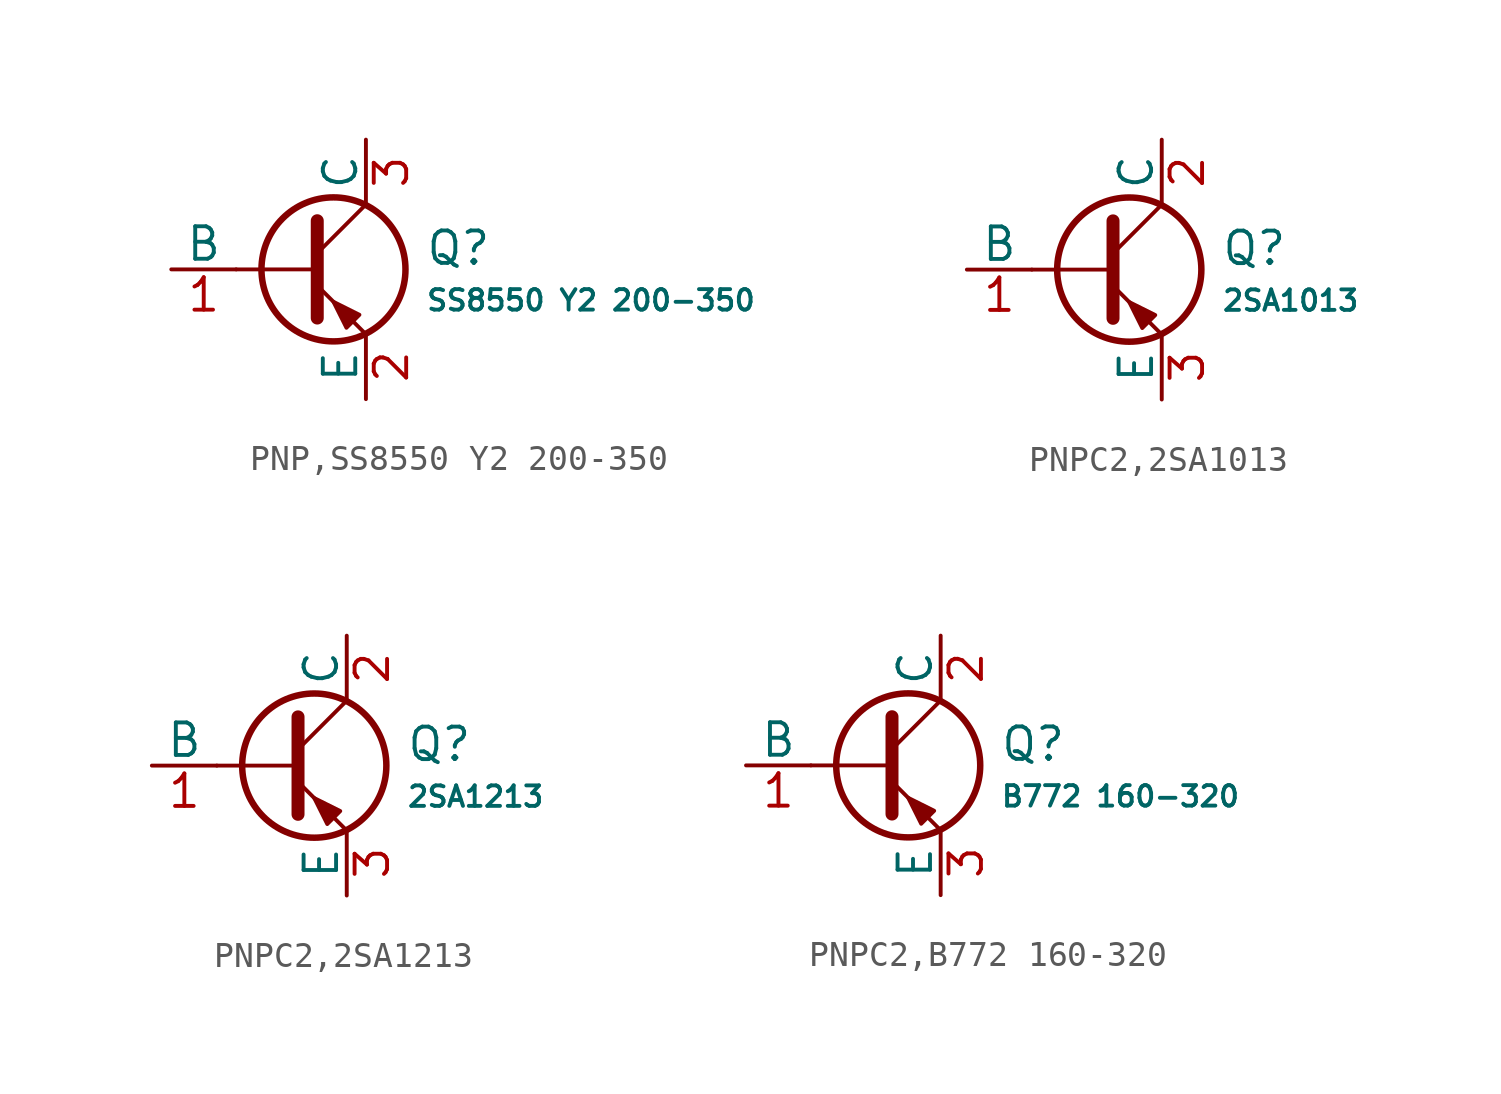
<source format=kicad_sym>
(kicad_symbol_lib
  (version 20231120)
  (generator "CDFER")
  (generator_version "8.0")
  (symbol "PNP,SS8550 Y2 200-350"
    (pin_names
      (offset 0))
    (property "Reference" "Q"
      (at 4.851 0.834 0)
      (effects (font (size 1.27 1.27)) (justify left)))
    (property "Value" "SS8550 Y2 200-350"
      (at 4.851 -1.212 0)
      (effects (font (size 0.8 0.8)) (justify left)))
    (symbol "PNP,SS8550 Y2 200-350_0_1"
      (polyline (pts (xy -2.54 0) (xy 0.635 0)) (stroke (width 0.152) (type default)) (fill (type none)))
      (polyline (pts (xy 0.635 0.635) (xy 2.54 2.54)) (stroke (width 0) (type default)) (fill (type none)))
      (polyline (pts (xy 0.635 -0.635) (xy 2.54 -2.54) (xy 2.54 -2.54)) (stroke (width 0) (type default)) (fill (type none)))
      (polyline (pts (xy 0.635 1.905) (xy 0.635 -1.905) (xy 0.635 -1.905)) (stroke (width 0.508) (type default)) (fill (type none)))
      (polyline (pts (xy 2.286 -1.778) (xy 1.778 -2.286) (xy 1.27 -1.27) (xy 2.286 -1.778) (xy 2.286 -1.778)) (stroke (width 0) (type default)) (fill (type outline)))
      (circle (center 1.27 0) (radius 2.819) (stroke (width 0.254) (type default)) (fill (type none))))
    (symbol "PNP,SS8550 Y2 200-350_1_1"
      (pin open_collector line (at 2.54 5.08 270) (length 2.54) (name "C" (effects (font (size 1.27 1.27)))) (number "3" (effects (font (size 1.27 1.27)))))
      (pin input line (at -5.08 0 0) (length 2.54) (name "B" (effects (font (size 1.27 1.27)))) (number "1" (effects (font (size 1.27 1.27)))))
      (pin open_emitter line (at 2.54 -5.08 90) (length 2.54) (name "E" (effects (font (size 1.27 1.27)))) (number "2" (effects (font (size 1.27 1.27)))))))
  (symbol "PNPC2,2SA1013"
    (pin_names
      (offset 0))
    (property "Reference" "Q"
      (at 4.851 0.834 0)
      (effects (font (size 1.27 1.27)) (justify left)))
    (property "Value" "2SA1013"
      (at 4.851 -1.212 0)
      (effects (font (size 0.8 0.8)) (justify left)))
    (symbol "PNPC2,2SA1013_0_1"
      (polyline (pts (xy -2.54 0) (xy 0.635 0)) (stroke (width 0.152) (type default)) (fill (type none)))
      (polyline (pts (xy 0.635 0.635) (xy 2.54 2.54)) (stroke (width 0) (type default)) (fill (type none)))
      (polyline (pts (xy 0.635 -0.635) (xy 2.54 -2.54) (xy 2.54 -2.54)) (stroke (width 0) (type default)) (fill (type none)))
      (polyline (pts (xy 0.635 1.905) (xy 0.635 -1.905) (xy 0.635 -1.905)) (stroke (width 0.508) (type default)) (fill (type none)))
      (polyline (pts (xy 2.286 -1.778) (xy 1.778 -2.286) (xy 1.27 -1.27) (xy 2.286 -1.778) (xy 2.286 -1.778)) (stroke (width 0) (type default)) (fill (type outline)))
      (circle (center 1.27 0) (radius 2.819) (stroke (width 0.254) (type default)) (fill (type none))))
    (symbol "PNPC2,2SA1013_1_1"
      (pin open_collector line (at 2.54 5.08 270) (length 2.54) (name "C" (effects (font (size 1.27 1.27)))) (number "2" (effects (font (size 1.27 1.27)))))
      (pin input line (at -5.08 0 0) (length 2.54) (name "B" (effects (font (size 1.27 1.27)))) (number "1" (effects (font (size 1.27 1.27)))))
      (pin open_emitter line (at 2.54 -5.08 90) (length 2.54) (name "E" (effects (font (size 1.27 1.27)))) (number "3" (effects (font (size 1.27 1.27)))))))
  (symbol "PNPC2,2SA1213"
    (pin_names
      (offset 0))
    (property "Reference" "Q"
      (at 4.851 0.834 0)
      (effects (font (size 1.27 1.27)) (justify left)))
    (property "Value" "2SA1213"
      (at 4.851 -1.212 0)
      (effects (font (size 0.8 0.8)) (justify left)))
    (symbol "PNPC2,2SA1213_0_1"
      (polyline (pts (xy -2.54 0) (xy 0.635 0)) (stroke (width 0.152) (type default)) (fill (type none)))
      (polyline (pts (xy 0.635 0.635) (xy 2.54 2.54)) (stroke (width 0) (type default)) (fill (type none)))
      (polyline (pts (xy 0.635 -0.635) (xy 2.54 -2.54) (xy 2.54 -2.54)) (stroke (width 0) (type default)) (fill (type none)))
      (polyline (pts (xy 0.635 1.905) (xy 0.635 -1.905) (xy 0.635 -1.905)) (stroke (width 0.508) (type default)) (fill (type none)))
      (polyline (pts (xy 2.286 -1.778) (xy 1.778 -2.286) (xy 1.27 -1.27) (xy 2.286 -1.778) (xy 2.286 -1.778)) (stroke (width 0) (type default)) (fill (type outline)))
      (circle (center 1.27 0) (radius 2.819) (stroke (width 0.254) (type default)) (fill (type none))))
    (symbol "PNPC2,2SA1213_1_1"
      (pin open_collector line (at 2.54 5.08 270) (length 2.54) (name "C" (effects (font (size 1.27 1.27)))) (number "2" (effects (font (size 1.27 1.27)))))
      (pin input line (at -5.08 0 0) (length 2.54) (name "B" (effects (font (size 1.27 1.27)))) (number "1" (effects (font (size 1.27 1.27)))))
      (pin open_emitter line (at 2.54 -5.08 90) (length 2.54) (name "E" (effects (font (size 1.27 1.27)))) (number "3" (effects (font (size 1.27 1.27)))))))
  (symbol "PNPC2,B772 160-320"
    (pin_names
      (offset 0))
    (property "Reference" "Q"
      (at 4.851 0.834 0)
      (effects (font (size 1.27 1.27)) (justify left)))
    (property "Value" "B772 160-320"
      (at 4.851 -1.212 0)
      (effects (font (size 0.8 0.8)) (justify left)))
    (symbol "PNPC2,B772 160-320_0_1"
      (polyline (pts (xy -2.54 0) (xy 0.635 0)) (stroke (width 0.152) (type default)) (fill (type none)))
      (polyline (pts (xy 0.635 0.635) (xy 2.54 2.54)) (stroke (width 0) (type default)) (fill (type none)))
      (polyline (pts (xy 0.635 -0.635) (xy 2.54 -2.54) (xy 2.54 -2.54)) (stroke (width 0) (type default)) (fill (type none)))
      (polyline (pts (xy 0.635 1.905) (xy 0.635 -1.905) (xy 0.635 -1.905)) (stroke (width 0.508) (type default)) (fill (type none)))
      (polyline (pts (xy 2.286 -1.778) (xy 1.778 -2.286) (xy 1.27 -1.27) (xy 2.286 -1.778) (xy 2.286 -1.778)) (stroke (width 0) (type default)) (fill (type outline)))
      (circle (center 1.27 0) (radius 2.819) (stroke (width 0.254) (type default)) (fill (type none))))
    (symbol "PNPC2,B772 160-320_1_1"
      (pin open_collector line (at 2.54 5.08 270) (length 2.54) (name "C" (effects (font (size 1.27 1.27)))) (number "2" (effects (font (size 1.27 1.27)))))
      (pin input line (at -5.08 0 0) (length 2.54) (name "B" (effects (font (size 1.27 1.27)))) (number "1" (effects (font (size 1.27 1.27)))))
      (pin open_emitter line (at 2.54 -5.08 90) (length 2.54) (name "E" (effects (font (size 1.27 1.27)))) (number "3" (effects (font (size 1.27 1.27))))))))
</source>
